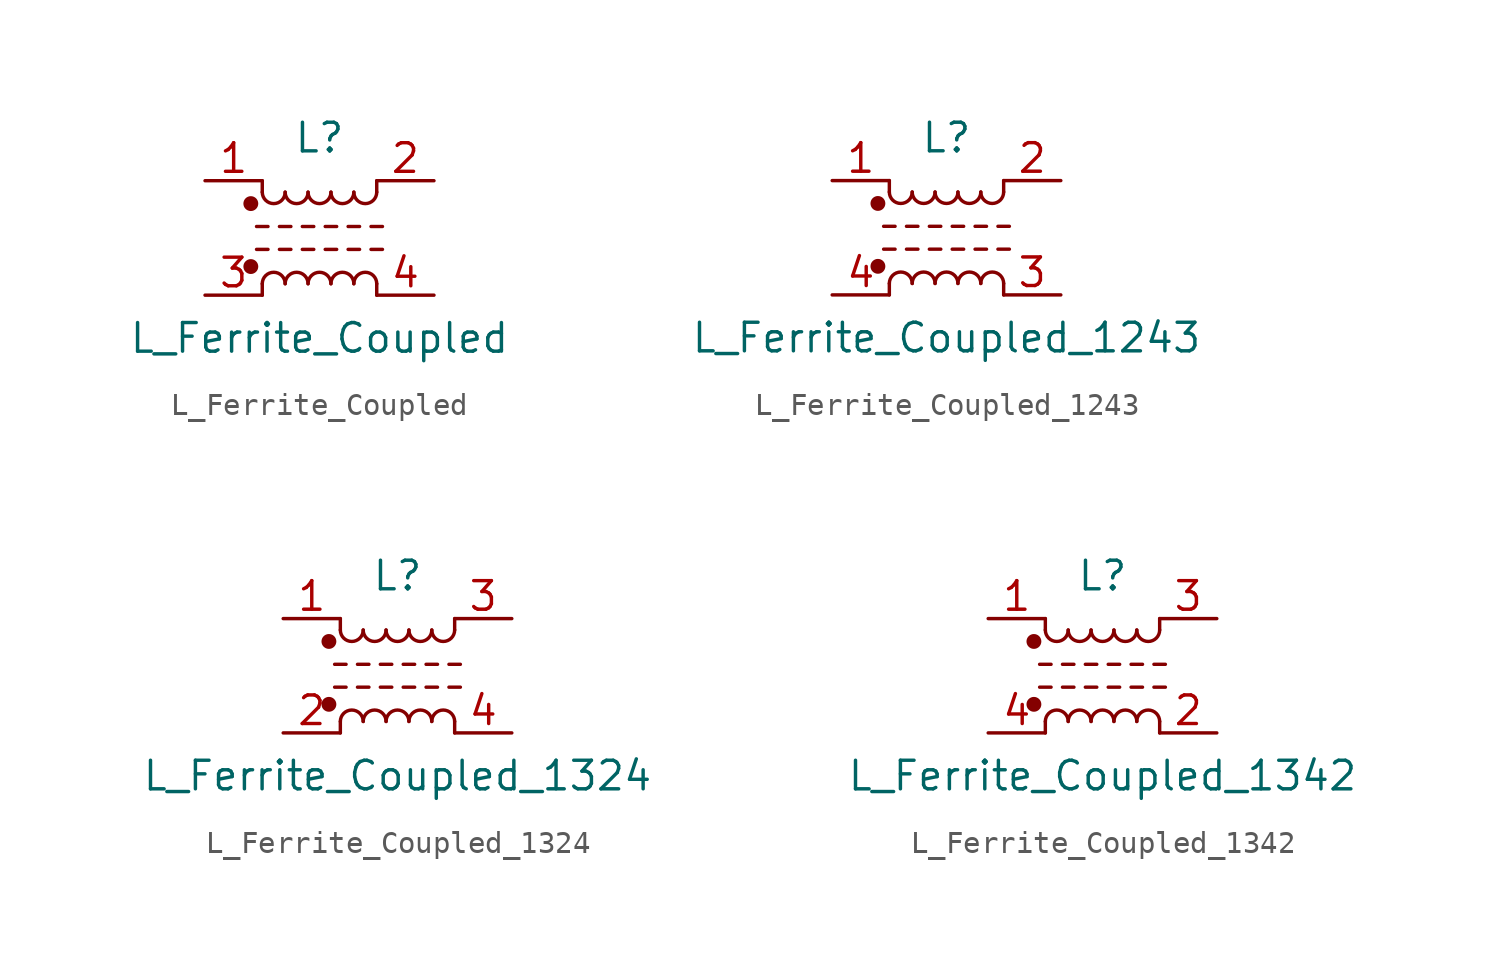
<source format=kicad_sym>
(kicad_symbol_lib
  (version 20241209)
  (generator "kicad_symbol_editor")
  (generator_version "9.0")
  (symbol "L_Ferrite_Coupled"
    (pin_names
      (offset 0.254)
      (hide yes))
    (property "Reference" "L"
      (at 0 4.445 0)
      (effects (font (size 1.27 1.27))))
    (property "Value" "L_Ferrite_Coupled"
      (at 0 -4.445 0)
      (effects (font (size 1.27 1.27))))
    (symbol "L_Ferrite_Coupled_0_1"
      (circle (center -3.048 1.524) (radius 0.254) (stroke (width 0) (type default)) (fill (type outline)))
      (circle (center -3.048 -1.27) (radius 0.254) (stroke (width 0) (type default)) (fill (type outline)))
      (polyline (pts (xy -2.794 0.508) (xy -2.286 0.508)) (stroke (width 0) (type default)) (fill (type none)))
      (polyline (pts (xy -2.794 -0.508) (xy -2.286 -0.508)) (stroke (width 0) (type default)) (fill (type none)))
      (polyline (pts (xy -2.54 2.032) (xy -2.54 2.54)) (stroke (width 0) (type default)) (fill (type none)))
      (polyline (pts (xy -2.54 -2.032) (xy -2.54 -2.54)) (stroke (width 0) (type default)) (fill (type none)))
      (arc (start -1.524 2.032) (mid -2.032 1.5262) (end -2.54 2.032) (stroke (width 0) (type default)) (fill (type none)))
      (arc (start -2.54 -2.032) (mid -2.032 -1.5262) (end -1.524 -2.032) (stroke (width 0) (type default)) (fill (type none)))
      (polyline (pts (xy -1.778 0.508) (xy -1.27 0.508)) (stroke (width 0) (type default)) (fill (type none)))
      (polyline (pts (xy -1.778 -0.508) (xy -1.27 -0.508)) (stroke (width 0) (type default)) (fill (type none)))
      (arc (start -0.508 2.032) (mid -1.016 1.5262) (end -1.524 2.032) (stroke (width 0) (type default)) (fill (type none)))
      (arc (start -1.524 -2.032) (mid -1.016 -1.5262) (end -0.508 -2.032) (stroke (width 0) (type default)) (fill (type none)))
      (polyline (pts (xy -0.762 0.508) (xy -0.254 0.508)) (stroke (width 0) (type default)) (fill (type none)))
      (polyline (pts (xy -0.762 -0.508) (xy -0.254 -0.508)) (stroke (width 0) (type default)) (fill (type none)))
      (arc (start 0.508 2.032) (mid 0 1.5262) (end -0.508 2.032) (stroke (width 0) (type default)) (fill (type none)))
      (arc (start -0.508 -2.032) (mid 0 -1.5262) (end 0.508 -2.032) (stroke (width 0) (type default)) (fill (type none)))
      (polyline (pts (xy 0.254 0.508) (xy 0.762 0.508)) (stroke (width 0) (type default)) (fill (type none)))
      (polyline (pts (xy 0.254 -0.508) (xy 0.762 -0.508)) (stroke (width 0) (type default)) (fill (type none)))
      (arc (start 1.524 2.032) (mid 1.016 1.5262) (end 0.508 2.032) (stroke (width 0) (type default)) (fill (type none)))
      (arc (start 0.508 -2.032) (mid 1.016 -1.5262) (end 1.524 -2.032) (stroke (width 0) (type default)) (fill (type none)))
      (polyline (pts (xy 1.27 0.508) (xy 1.778 0.508)) (stroke (width 0) (type default)) (fill (type none)))
      (polyline (pts (xy 1.27 -0.508) (xy 1.778 -0.508)) (stroke (width 0) (type default)) (fill (type none)))
      (arc (start 2.54 2.032) (mid 2.032 1.5262) (end 1.524 2.032) (stroke (width 0) (type default)) (fill (type none)))
      (arc (start 1.524 -2.032) (mid 2.032 -1.5262) (end 2.54 -2.032) (stroke (width 0) (type default)) (fill (type none)))
      (polyline (pts (xy 2.286 0.508) (xy 2.794 0.508)) (stroke (width 0) (type default)) (fill (type none)))
      (polyline (pts (xy 2.286 -0.508) (xy 2.794 -0.508)) (stroke (width 0) (type default)) (fill (type none)))
      (polyline (pts (xy 2.54 2.54) (xy 2.54 2.032)) (stroke (width 0) (type default)) (fill (type none)))
      (polyline (pts (xy 2.54 -2.032) (xy 2.54 -2.54)) (stroke (width 0) (type default)) (fill (type none))))
    (symbol "L_Ferrite_Coupled_1_1"
      (pin passive line (at -5.08 2.54 0) (length 2.54) (name "1" (effects (font (size 1.27 1.27)))) (number "1" (effects (font (size 1.27 1.27)))))
      (pin passive line (at -5.08 -2.54 0) (length 2.54) (name "3" (effects (font (size 1.27 1.27)))) (number "3" (effects (font (size 1.27 1.27)))))
      (pin passive line (at 5.08 2.54 180) (length 2.54) (name "2" (effects (font (size 1.27 1.27)))) (number "2" (effects (font (size 1.27 1.27)))))
      (pin passive line (at 5.08 -2.54 180) (length 2.54) (name "4" (effects (font (size 1.27 1.27)))) (number "4" (effects (font (size 1.27 1.27)))))))
  (symbol "L_Ferrite_Coupled_1243"
    (pin_names
      (offset 0.254)
      (hide yes))
    (property "Reference" "L"
      (at 0 4.445 0)
      (effects (font (size 1.27 1.27))))
    (property "Value" "L_Ferrite_Coupled_1243"
      (at 0 -4.445 0)
      (effects (font (size 1.27 1.27))))
    (symbol "L_Ferrite_Coupled_1243_0_1"
      (circle (center -3.048 1.524) (radius 0.254) (stroke (width 0) (type default)) (fill (type outline)))
      (circle (center -3.048 -1.27) (radius 0.254) (stroke (width 0) (type default)) (fill (type outline)))
      (polyline (pts (xy -2.794 0.508) (xy -2.286 0.508)) (stroke (width 0) (type default)) (fill (type none)))
      (polyline (pts (xy -2.794 -0.508) (xy -2.286 -0.508)) (stroke (width 0) (type default)) (fill (type none)))
      (polyline (pts (xy -2.54 2.032) (xy -2.54 2.54)) (stroke (width 0) (type default)) (fill (type none)))
      (polyline (pts (xy -2.54 -2.032) (xy -2.54 -2.54)) (stroke (width 0) (type default)) (fill (type none)))
      (arc (start -1.524 2.032) (mid -2.032 1.5262) (end -2.54 2.032) (stroke (width 0) (type default)) (fill (type none)))
      (arc (start -2.54 -2.032) (mid -2.032 -1.5262) (end -1.524 -2.032) (stroke (width 0) (type default)) (fill (type none)))
      (polyline (pts (xy -1.778 0.508) (xy -1.27 0.508)) (stroke (width 0) (type default)) (fill (type none)))
      (polyline (pts (xy -1.778 -0.508) (xy -1.27 -0.508)) (stroke (width 0) (type default)) (fill (type none)))
      (arc (start -0.508 2.032) (mid -1.016 1.5262) (end -1.524 2.032) (stroke (width 0) (type default)) (fill (type none)))
      (arc (start -1.524 -2.032) (mid -1.016 -1.5262) (end -0.508 -2.032) (stroke (width 0) (type default)) (fill (type none)))
      (polyline (pts (xy -0.762 0.508) (xy -0.254 0.508)) (stroke (width 0) (type default)) (fill (type none)))
      (polyline (pts (xy -0.762 -0.508) (xy -0.254 -0.508)) (stroke (width 0) (type default)) (fill (type none)))
      (arc (start 0.508 2.032) (mid 0 1.5262) (end -0.508 2.032) (stroke (width 0) (type default)) (fill (type none)))
      (arc (start -0.508 -2.032) (mid 0 -1.5262) (end 0.508 -2.032) (stroke (width 0) (type default)) (fill (type none)))
      (polyline (pts (xy 0.254 0.508) (xy 0.762 0.508)) (stroke (width 0) (type default)) (fill (type none)))
      (polyline (pts (xy 0.254 -0.508) (xy 0.762 -0.508)) (stroke (width 0) (type default)) (fill (type none)))
      (arc (start 1.524 2.032) (mid 1.016 1.5262) (end 0.508 2.032) (stroke (width 0) (type default)) (fill (type none)))
      (arc (start 0.508 -2.032) (mid 1.016 -1.5262) (end 1.524 -2.032) (stroke (width 0) (type default)) (fill (type none)))
      (polyline (pts (xy 1.27 0.508) (xy 1.778 0.508)) (stroke (width 0) (type default)) (fill (type none)))
      (polyline (pts (xy 1.27 -0.508) (xy 1.778 -0.508)) (stroke (width 0) (type default)) (fill (type none)))
      (arc (start 2.54 2.032) (mid 2.032 1.5262) (end 1.524 2.032) (stroke (width 0) (type default)) (fill (type none)))
      (arc (start 1.524 -2.032) (mid 2.032 -1.5262) (end 2.54 -2.032) (stroke (width 0) (type default)) (fill (type none)))
      (polyline (pts (xy 2.286 0.508) (xy 2.794 0.508)) (stroke (width 0) (type default)) (fill (type none)))
      (polyline (pts (xy 2.286 -0.508) (xy 2.794 -0.508)) (stroke (width 0) (type default)) (fill (type none)))
      (polyline (pts (xy 2.54 2.54) (xy 2.54 2.032)) (stroke (width 0) (type default)) (fill (type none)))
      (polyline (pts (xy 2.54 -2.032) (xy 2.54 -2.54)) (stroke (width 0) (type default)) (fill (type none))))
    (symbol "L_Ferrite_Coupled_1243_1_1"
      (pin passive line (at -5.08 2.54 0) (length 2.54) (name "1" (effects (font (size 1.27 1.27)))) (number "1" (effects (font (size 1.27 1.27)))))
      (pin passive line (at -5.08 -2.54 0) (length 2.54) (name "4" (effects (font (size 1.27 1.27)))) (number "4" (effects (font (size 1.27 1.27)))))
      (pin passive line (at 5.08 2.54 180) (length 2.54) (name "2" (effects (font (size 1.27 1.27)))) (number "2" (effects (font (size 1.27 1.27)))))
      (pin passive line (at 5.08 -2.54 180) (length 2.54) (name "3" (effects (font (size 1.27 1.27)))) (number "3" (effects (font (size 1.27 1.27)))))))
  (symbol "L_Ferrite_Coupled_1324"
    (pin_names
      (offset 0.254)
      (hide yes))
    (property "Reference" "L"
      (at 0 4.445 0)
      (effects (font (size 1.27 1.27))))
    (property "Value" "L_Ferrite_Coupled_1324"
      (at 0 -4.445 0)
      (effects (font (size 1.27 1.27))))
    (symbol "L_Ferrite_Coupled_1324_0_1"
      (circle (center -3.048 1.524) (radius 0.254) (stroke (width 0) (type default)) (fill (type outline)))
      (circle (center -3.048 -1.27) (radius 0.254) (stroke (width 0) (type default)) (fill (type outline)))
      (polyline (pts (xy -2.794 0.508) (xy -2.286 0.508)) (stroke (width 0) (type default)) (fill (type none)))
      (polyline (pts (xy -2.794 -0.508) (xy -2.286 -0.508)) (stroke (width 0) (type default)) (fill (type none)))
      (polyline (pts (xy -2.54 2.032) (xy -2.54 2.54)) (stroke (width 0) (type default)) (fill (type none)))
      (polyline (pts (xy -2.54 -2.032) (xy -2.54 -2.54)) (stroke (width 0) (type default)) (fill (type none)))
      (arc (start -1.524 2.032) (mid -2.032 1.5262) (end -2.54 2.032) (stroke (width 0) (type default)) (fill (type none)))
      (arc (start -2.54 -2.032) (mid -2.032 -1.5262) (end -1.524 -2.032) (stroke (width 0) (type default)) (fill (type none)))
      (polyline (pts (xy -1.778 0.508) (xy -1.27 0.508)) (stroke (width 0) (type default)) (fill (type none)))
      (polyline (pts (xy -1.778 -0.508) (xy -1.27 -0.508)) (stroke (width 0) (type default)) (fill (type none)))
      (arc (start -0.508 2.032) (mid -1.016 1.5262) (end -1.524 2.032) (stroke (width 0) (type default)) (fill (type none)))
      (arc (start -1.524 -2.032) (mid -1.016 -1.5262) (end -0.508 -2.032) (stroke (width 0) (type default)) (fill (type none)))
      (polyline (pts (xy -0.762 0.508) (xy -0.254 0.508)) (stroke (width 0) (type default)) (fill (type none)))
      (polyline (pts (xy -0.762 -0.508) (xy -0.254 -0.508)) (stroke (width 0) (type default)) (fill (type none)))
      (arc (start 0.508 2.032) (mid 0 1.5262) (end -0.508 2.032) (stroke (width 0) (type default)) (fill (type none)))
      (arc (start -0.508 -2.032) (mid 0 -1.5262) (end 0.508 -2.032) (stroke (width 0) (type default)) (fill (type none)))
      (polyline (pts (xy 0.254 0.508) (xy 0.762 0.508)) (stroke (width 0) (type default)) (fill (type none)))
      (polyline (pts (xy 0.254 -0.508) (xy 0.762 -0.508)) (stroke (width 0) (type default)) (fill (type none)))
      (arc (start 1.524 2.032) (mid 1.016 1.5262) (end 0.508 2.032) (stroke (width 0) (type default)) (fill (type none)))
      (arc (start 0.508 -2.032) (mid 1.016 -1.5262) (end 1.524 -2.032) (stroke (width 0) (type default)) (fill (type none)))
      (polyline (pts (xy 1.27 0.508) (xy 1.778 0.508)) (stroke (width 0) (type default)) (fill (type none)))
      (polyline (pts (xy 1.27 -0.508) (xy 1.778 -0.508)) (stroke (width 0) (type default)) (fill (type none)))
      (arc (start 2.54 2.032) (mid 2.032 1.5262) (end 1.524 2.032) (stroke (width 0) (type default)) (fill (type none)))
      (arc (start 1.524 -2.032) (mid 2.032 -1.5262) (end 2.54 -2.032) (stroke (width 0) (type default)) (fill (type none)))
      (polyline (pts (xy 2.286 0.508) (xy 2.794 0.508)) (stroke (width 0) (type default)) (fill (type none)))
      (polyline (pts (xy 2.286 -0.508) (xy 2.794 -0.508)) (stroke (width 0) (type default)) (fill (type none)))
      (polyline (pts (xy 2.54 2.54) (xy 2.54 2.032)) (stroke (width 0) (type default)) (fill (type none)))
      (polyline (pts (xy 2.54 -2.032) (xy 2.54 -2.54)) (stroke (width 0) (type default)) (fill (type none))))
    (symbol "L_Ferrite_Coupled_1324_1_1"
      (pin passive line (at -5.08 2.54 0) (length 2.54) (name "1" (effects (font (size 1.27 1.27)))) (number "1" (effects (font (size 1.27 1.27)))))
      (pin passive line (at -5.08 -2.54 0) (length 2.54) (name "2" (effects (font (size 1.27 1.27)))) (number "2" (effects (font (size 1.27 1.27)))))
      (pin passive line (at 5.08 2.54 180) (length 2.54) (name "3" (effects (font (size 1.27 1.27)))) (number "3" (effects (font (size 1.27 1.27)))))
      (pin passive line (at 5.08 -2.54 180) (length 2.54) (name "4" (effects (font (size 1.27 1.27)))) (number "4" (effects (font (size 1.27 1.27)))))))
  (symbol "L_Ferrite_Coupled_1342"
    (pin_names
      (offset 0.254)
      (hide yes))
    (property "Reference" "L"
      (at 0 4.445 0)
      (effects (font (size 1.27 1.27))))
    (property "Value" "L_Ferrite_Coupled_1342"
      (at 0 -4.445 0)
      (effects (font (size 1.27 1.27))))
    (symbol "L_Ferrite_Coupled_1342_0_1"
      (circle (center -3.048 1.524) (radius 0.254) (stroke (width 0) (type default)) (fill (type outline)))
      (circle (center -3.048 -1.27) (radius 0.254) (stroke (width 0) (type default)) (fill (type outline)))
      (polyline (pts (xy -2.794 0.508) (xy -2.286 0.508)) (stroke (width 0) (type default)) (fill (type none)))
      (polyline (pts (xy -2.794 -0.508) (xy -2.286 -0.508)) (stroke (width 0) (type default)) (fill (type none)))
      (polyline (pts (xy -2.54 2.032) (xy -2.54 2.54)) (stroke (width 0) (type default)) (fill (type none)))
      (polyline (pts (xy -2.54 -2.032) (xy -2.54 -2.54)) (stroke (width 0) (type default)) (fill (type none)))
      (arc (start -1.524 2.032) (mid -2.032 1.5262) (end -2.54 2.032) (stroke (width 0) (type default)) (fill (type none)))
      (arc (start -2.54 -2.032) (mid -2.032 -1.5262) (end -1.524 -2.032) (stroke (width 0) (type default)) (fill (type none)))
      (polyline (pts (xy -1.778 0.508) (xy -1.27 0.508)) (stroke (width 0) (type default)) (fill (type none)))
      (polyline (pts (xy -1.778 -0.508) (xy -1.27 -0.508)) (stroke (width 0) (type default)) (fill (type none)))
      (arc (start -0.508 2.032) (mid -1.016 1.5262) (end -1.524 2.032) (stroke (width 0) (type default)) (fill (type none)))
      (arc (start -1.524 -2.032) (mid -1.016 -1.5262) (end -0.508 -2.032) (stroke (width 0) (type default)) (fill (type none)))
      (polyline (pts (xy -0.762 0.508) (xy -0.254 0.508)) (stroke (width 0) (type default)) (fill (type none)))
      (polyline (pts (xy -0.762 -0.508) (xy -0.254 -0.508)) (stroke (width 0) (type default)) (fill (type none)))
      (arc (start 0.508 2.032) (mid 0 1.5262) (end -0.508 2.032) (stroke (width 0) (type default)) (fill (type none)))
      (arc (start -0.508 -2.032) (mid 0 -1.5262) (end 0.508 -2.032) (stroke (width 0) (type default)) (fill (type none)))
      (polyline (pts (xy 0.254 0.508) (xy 0.762 0.508)) (stroke (width 0) (type default)) (fill (type none)))
      (polyline (pts (xy 0.254 -0.508) (xy 0.762 -0.508)) (stroke (width 0) (type default)) (fill (type none)))
      (arc (start 1.524 2.032) (mid 1.016 1.5262) (end 0.508 2.032) (stroke (width 0) (type default)) (fill (type none)))
      (arc (start 0.508 -2.032) (mid 1.016 -1.5262) (end 1.524 -2.032) (stroke (width 0) (type default)) (fill (type none)))
      (polyline (pts (xy 1.27 0.508) (xy 1.778 0.508)) (stroke (width 0) (type default)) (fill (type none)))
      (polyline (pts (xy 1.27 -0.508) (xy 1.778 -0.508)) (stroke (width 0) (type default)) (fill (type none)))
      (arc (start 2.54 2.032) (mid 2.032 1.5262) (end 1.524 2.032) (stroke (width 0) (type default)) (fill (type none)))
      (arc (start 1.524 -2.032) (mid 2.032 -1.5262) (end 2.54 -2.032) (stroke (width 0) (type default)) (fill (type none)))
      (polyline (pts (xy 2.286 0.508) (xy 2.794 0.508)) (stroke (width 0) (type default)) (fill (type none)))
      (polyline (pts (xy 2.286 -0.508) (xy 2.794 -0.508)) (stroke (width 0) (type default)) (fill (type none)))
      (polyline (pts (xy 2.54 2.54) (xy 2.54 2.032)) (stroke (width 0) (type default)) (fill (type none)))
      (polyline (pts (xy 2.54 -2.032) (xy 2.54 -2.54)) (stroke (width 0) (type default)) (fill (type none))))
    (symbol "L_Ferrite_Coupled_1342_1_1"
      (pin passive line (at -5.08 2.54 0) (length 2.54) (name "1" (effects (font (size 1.27 1.27)))) (number "1" (effects (font (size 1.27 1.27)))))
      (pin passive line (at -5.08 -2.54 0) (length 2.54) (name "4" (effects (font (size 1.27 1.27)))) (number "4" (effects (font (size 1.27 1.27)))))
      (pin passive line (at 5.08 2.54 180) (length 2.54) (name "3" (effects (font (size 1.27 1.27)))) (number "3" (effects (font (size 1.27 1.27)))))
      (pin passive line (at 5.08 -2.54 180) (length 2.54) (name "2" (effects (font (size 1.27 1.27)))) (number "2" (effects (font (size 1.27 1.27))))))))
</source>
